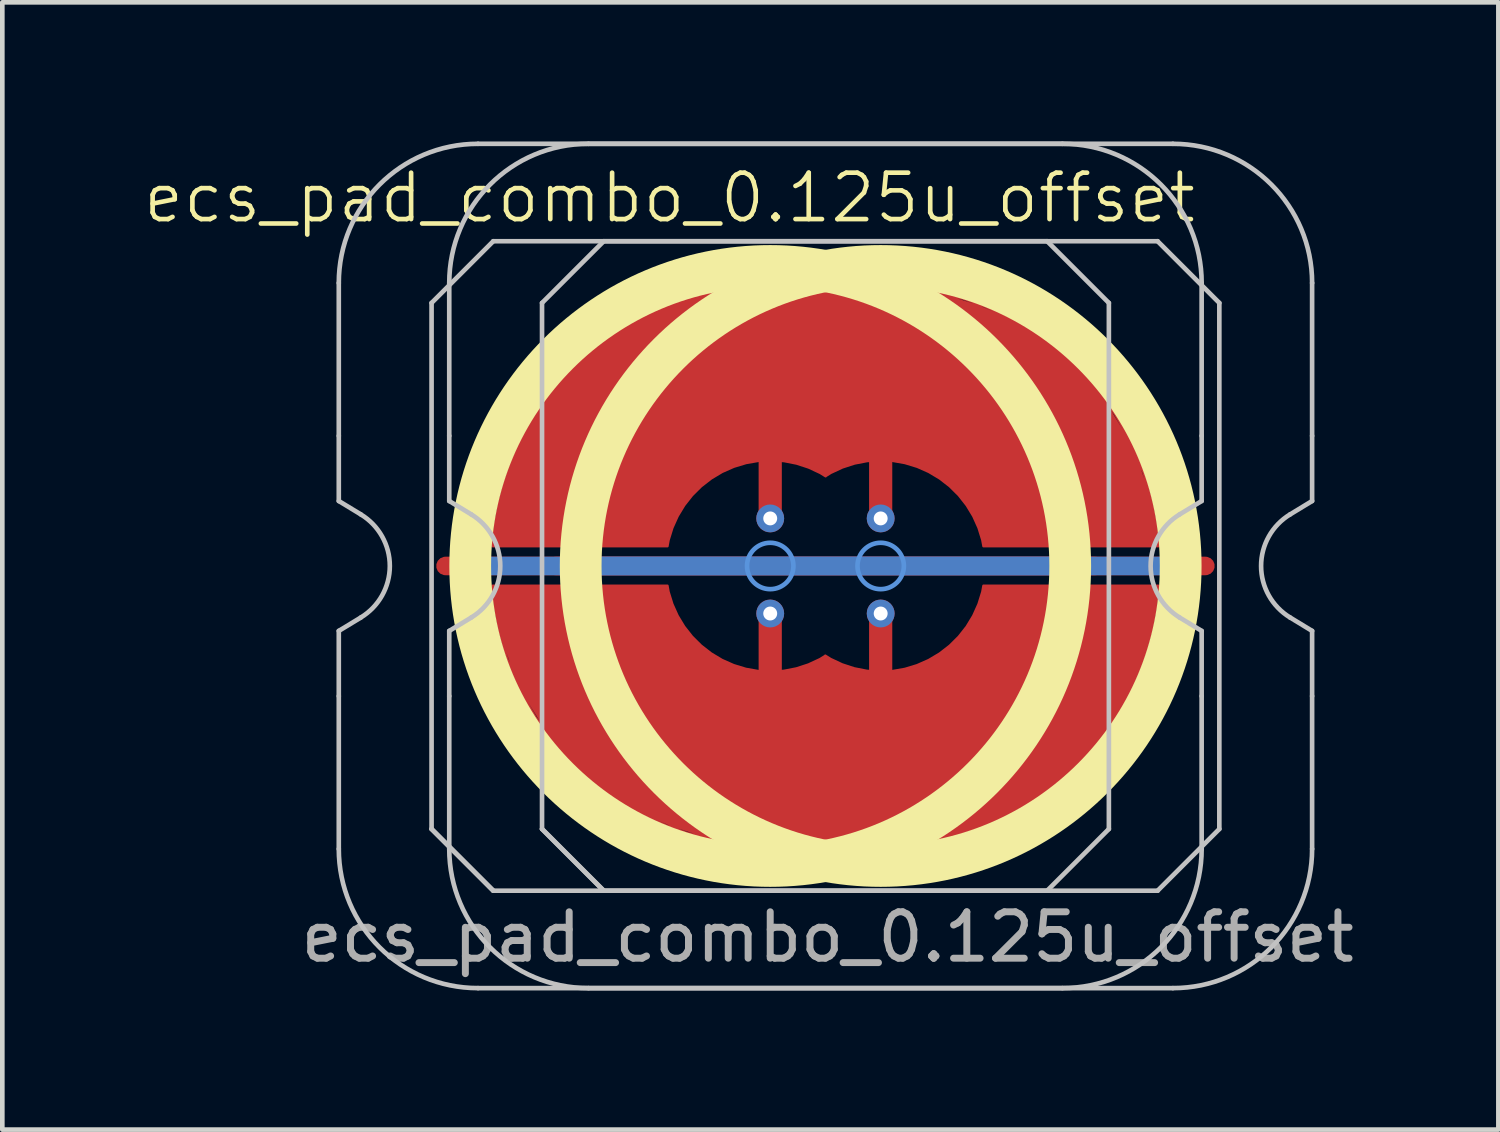
<source format=kicad_pcb>
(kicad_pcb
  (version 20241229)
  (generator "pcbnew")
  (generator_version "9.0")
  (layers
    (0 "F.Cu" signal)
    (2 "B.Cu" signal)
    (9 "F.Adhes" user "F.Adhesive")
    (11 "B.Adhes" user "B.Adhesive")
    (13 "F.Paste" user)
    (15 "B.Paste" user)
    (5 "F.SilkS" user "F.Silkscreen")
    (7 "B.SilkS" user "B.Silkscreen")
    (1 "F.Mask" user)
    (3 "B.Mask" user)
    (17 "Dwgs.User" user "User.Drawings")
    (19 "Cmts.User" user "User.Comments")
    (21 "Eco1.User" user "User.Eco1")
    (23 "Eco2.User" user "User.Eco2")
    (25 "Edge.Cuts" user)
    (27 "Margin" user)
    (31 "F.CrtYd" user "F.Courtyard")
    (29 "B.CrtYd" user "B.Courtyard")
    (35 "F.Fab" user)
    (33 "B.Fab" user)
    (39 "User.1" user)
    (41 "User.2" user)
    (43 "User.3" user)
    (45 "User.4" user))
  (footprint "ecs_pad_combo_0.125u_offset"
    (layer "F.Cu")
    (at 13.553 9.15)
    (property "Reference" "ecs_pad_combo_0.125u_offset" (at -2.17 -7.935 0) (unlocked yes) (layer "F.SilkS") (effects (font (size 1 1) (thickness 0.1))))
    (attr smd)
    (fp_circle (center 0 0) (end 6.467 0) (stroke (width 0.9) (type solid)) (fill no) (layer "F.SilkS"))
    (fp_circle (center 2.381 0) (end 8.848 0) (stroke (width 0.9) (type solid)) (fill no) (layer "F.SilkS"))
    (fp_line (start -9.3 -2.805) (end -9.3 -6.1) (stroke (width 0.1) (type solid)) (layer "Dwgs.User"))
    (fp_line (start -9.3 -1.4) (end -9.3 -2.805) (stroke (width 0.1) (type solid)) (layer "Dwgs.User"))
    (fp_line (start -9.3 1.4) (end -8.824 1.111) (stroke (width 0.1) (type solid)) (layer "Dwgs.User"))
    (fp_line (start -9.3 2.805) (end -9.3 1.4) (stroke (width 0.1) (type solid)) (layer "Dwgs.User"))
    (fp_line (start -9.3 6.1) (end -9.3 2.805) (stroke (width 0.1) (type solid)) (layer "Dwgs.User"))
    (fp_line (start -8.824 -1.111) (end -9.3 -1.4) (stroke (width 0.1) (type solid)) (layer "Dwgs.User"))
    (fp_line (start -7.3 -5.67) (end -5.97 -7) (stroke (width 0.1) (type solid)) (layer "Dwgs.User"))
    (fp_line (start -7.3 5.67) (end -7.3 -5.67) (stroke (width 0.1) (type solid)) (layer "Dwgs.User"))
    (fp_line (start -7.3 5.67) (end -5.97 7) (stroke (width 0.1) (type solid)) (layer "Dwgs.User"))
    (fp_line (start -6.919 -2.805) (end -6.919 -6.1) (stroke (width 0.1) (type solid)) (layer "Dwgs.User"))
    (fp_line (start -6.919 -1.4) (end -6.919 -2.805) (stroke (width 0.1) (type solid)) (layer "Dwgs.User"))
    (fp_line (start -6.919 1.4) (end -6.443 1.111) (stroke (width 0.1) (type solid)) (layer "Dwgs.User"))
    (fp_line (start -6.919 2.805) (end -6.919 1.4) (stroke (width 0.1) (type solid)) (layer "Dwgs.User"))
    (fp_line (start -6.919 6.1) (end -6.919 2.805) (stroke (width 0.1) (type solid)) (layer "Dwgs.User"))
    (fp_line (start -6.443 -1.111) (end -6.919 -1.4) (stroke (width 0.1) (type solid)) (layer "Dwgs.User"))
    (fp_line (start -6.3 -9.1) (end 6.3 -9.1) (stroke (width 0.1) (type solid)) (layer "Dwgs.User"))
    (fp_line (start -5.97 -7) (end 5.97 -7) (stroke (width 0.1) (type solid)) (layer "Dwgs.User"))
    (fp_line (start -5.97 7) (end -7.3 5.67) (stroke (width 0.1) (type solid)) (layer "Dwgs.User"))
    (fp_line (start -4.919 -5.67) (end -3.589 -7) (stroke (width 0.1) (type solid)) (layer "Dwgs.User"))
    (fp_line (start -4.919 5.67) (end -4.919 -5.67) (stroke (width 0.1) (type solid)) (layer "Dwgs.User"))
    (fp_line (start -4.919 5.67) (end -3.589 7) (stroke (width 0.1) (type solid)) (layer "Dwgs.User"))
    (fp_line (start -3.919 -9.1) (end 8.681 -9.1) (stroke (width 0.1) (type solid)) (layer "Dwgs.User"))
    (fp_line (start -3.589 -7) (end 8.351 -7) (stroke (width 0.1) (type solid)) (layer "Dwgs.User"))
    (fp_line (start -3.589 7) (end -4.919 5.67) (stroke (width 0.1) (type solid)) (layer "Dwgs.User"))
    (fp_line (start 5.97 -7) (end 7.3 -5.67) (stroke (width 0.1) (type solid)) (layer "Dwgs.User"))
    (fp_line (start 5.97 7) (end -5.97 7) (stroke (width 0.1) (type solid)) (layer "Dwgs.User"))
    (fp_line (start 6.3 9.1) (end -6.3 9.1) (stroke (width 0.1) (type solid)) (layer "Dwgs.User"))
    (fp_line (start 7.3 -5.67) (end 7.3 5.67) (stroke (width 0.1) (type solid)) (layer "Dwgs.User"))
    (fp_line (start 7.3 5.67) (end 5.97 7) (stroke (width 0.1) (type solid)) (layer "Dwgs.User"))
    (fp_line (start 8.351 -7) (end 9.681 -5.67) (stroke (width 0.1) (type solid)) (layer "Dwgs.User"))
    (fp_line (start 8.351 7) (end -3.589 7) (stroke (width 0.1) (type solid)) (layer "Dwgs.User"))
    (fp_line (start 8.681 9.1) (end -3.919 9.1) (stroke (width 0.1) (type solid)) (layer "Dwgs.User"))
    (fp_line (start 8.824 1.111) (end 9.3 1.4) (stroke (width 0.1) (type solid)) (layer "Dwgs.User"))
    (fp_line (start 9.3 -6.1) (end 9.3 -2.805) (stroke (width 0.1) (type solid)) (layer "Dwgs.User"))
    (fp_line (start 9.3 -2.805) (end 9.3 -1.4) (stroke (width 0.1) (type solid)) (layer "Dwgs.User"))
    (fp_line (start 9.3 -1.4) (end 8.824 -1.111) (stroke (width 0.1) (type solid)) (layer "Dwgs.User"))
    (fp_line (start 9.3 1.4) (end 9.3 2.805) (stroke (width 0.1) (type solid)) (layer "Dwgs.User"))
    (fp_line (start 9.3 2.805) (end 9.3 6.1) (stroke (width 0.1) (type solid)) (layer "Dwgs.User"))
    (fp_line (start 9.681 -5.67) (end 9.681 5.67) (stroke (width 0.1) (type solid)) (layer "Dwgs.User"))
    (fp_line (start 9.681 5.67) (end 8.351 7) (stroke (width 0.1) (type solid)) (layer "Dwgs.User"))
    (fp_line (start 11.206 1.111) (end 11.681 1.4) (stroke (width 0.1) (type solid)) (layer "Dwgs.User"))
    (fp_line (start 11.681 -6.1) (end 11.681 -2.805) (stroke (width 0.1) (type solid)) (layer "Dwgs.User"))
    (fp_line (start 11.681 -2.805) (end 11.681 -1.4) (stroke (width 0.1) (type solid)) (layer "Dwgs.User"))
    (fp_line (start 11.681 -1.4) (end 11.206 -1.111) (stroke (width 0.1) (type solid)) (layer "Dwgs.User"))
    (fp_line (start 11.681 1.4) (end 11.681 2.805) (stroke (width 0.1) (type solid)) (layer "Dwgs.User"))
    (fp_line (start 11.681 2.805) (end 11.681 6.1) (stroke (width 0.1) (type solid)) (layer "Dwgs.User"))
    (fp_arc (start -9.3 -6.1) (mid -8.42132 -8.22132) (end -6.3 -9.1) (stroke (width 0.1) (type solid)) (layer "Dwgs.User"))
    (fp_arc (start -8.824333 -1.110619) (mid -8.2 0) (end -8.824333 1.110619) (stroke (width 0.1) (type solid)) (layer "Dwgs.User"))
    (fp_arc (start -6.91875 -6.1) (mid -6.04007 -8.22132) (end -3.91875 -9.1) (stroke (width 0.1) (type solid)) (layer "Dwgs.User"))
    (fp_arc (start -6.443083 -1.110619) (mid -5.81875 0) (end -6.443083 1.110619) (stroke (width 0.1) (type solid)) (layer "Dwgs.User"))
    (fp_arc (start -6.3 9.1) (mid -8.42132 8.22132) (end -9.3 6.1) (stroke (width 0.1) (type solid)) (layer "Dwgs.User"))
    (fp_arc (start -3.91875 9.1) (mid -6.04007 8.22132) (end -6.91875 6.1) (stroke (width 0.1) (type solid)) (layer "Dwgs.User"))
    (fp_arc (start 6.3 -9.1) (mid 8.42132 -8.22132) (end 9.3 -6.1) (stroke (width 0.1) (type solid)) (layer "Dwgs.User"))
    (fp_arc (start 8.68125 -9.1) (mid 10.80257 -8.22132) (end 11.68125 -6.1) (stroke (width 0.1) (type solid)) (layer "Dwgs.User"))
    (fp_arc (start 8.824333 1.110619) (mid 8.2 0) (end 8.824333 -1.110619) (stroke (width 0.1) (type solid)) (layer "Dwgs.User"))
    (fp_arc (start 9.3 6.1) (mid 8.42132 8.22132) (end 6.3 9.1) (stroke (width 0.1) (type solid)) (layer "Dwgs.User"))
    (fp_arc (start 11.205583 1.110619) (mid 10.58125 0) (end 11.205583 -1.110619) (stroke (width 0.1) (type solid)) (layer "Dwgs.User"))
    (fp_arc (start 11.68125 6.1) (mid 10.80257 8.22132) (end 8.68125 9.1) (stroke (width 0.1) (type solid)) (layer "Dwgs.User"))
    (fp_circle (center 0 0) (end 0.5 0) (stroke (width 0.1) (type default)) (fill no) (layer "Cmts.User"))
    (fp_circle (center 2.381 0) (end 2.881 0) (stroke (width 0.1) (type default)) (fill no) (layer "Cmts.User"))
    (fp_circle (center 0 0) (end 1 0) (stroke (width 0.1) (type default)) (fill no) (layer "Eco1.User"))
    (fp_circle (center 2.381 0) (end 3.381 0) (stroke (width 0.1) (type default)) (fill no) (layer "Eco1.User"))
    (fp_text user "${REFERENCE}" (at 1.238 8 0) (unlocked yes) (layer "F.Fab") (effects (font (size 1 1) (thickness 0.15))))
    (pad "1" smd custom (at 0 -1.025 270) (size 0.4 0.4) (layers "F.Cu") (options (anchor circle)) (primitives (gr_line (start 0 0) (end -1.25 0) (width 0.5)) (gr_arc (start 0.6 2.214159) (mid -1.05798 0.909515) (end -0.906567 -1.194782) (width 0.05)) (gr_line (start 0.6 5.987) (end 0.6 2.214) (width 0.05)) (gr_arc (start 0.6 5.986652) (mid -3.76737 3.643101) (end -4.88152 -1.186476) (width 0.05)) (gr_arc (start -4.879768 -1.186123) (mid -3.770048 -6.020844) (end 0.6 -8.367902) (width 0.05)) (gr_line (start 0.6 3.605) (end 0.6 2.214) (width 0.05)) (gr_line (start 0.6 -4.595) (end 0.6 -8.368) (width 0.05)) (gr_line (start 0.6 -4.595) (end 0.6 -5.987) (width 0.05)) (gr_arc (start -0.910306 -1.192455) (mid -1.056551 -3.293993) (end 0.6 -4.59541) (width 0.05)) (gr_line (start 0 -2.381) (end -1.25 -2.381) (width 0.5)) (gr_poly (pts (xy 0.6 5.987) (xy 0.6 2.214) (xy 0.009 2.032) (xy -0.321 1.829) (xy -0.676 1.524) (xy -0.956 1.118) (xy -1.159 0.66) (xy -1.21 0.432) (xy -1.261 -0.152) (xy -1.21 -0.533) (xy -0.981 -1.092) (xy -0.907 -1.195) (xy -1.108 -1.549) (xy -1.184 -1.88) (xy -1.235 -2.108) (xy -1.286 -2.438) (xy -1.235 -2.692) (xy -1.159 -2.997) (xy -0.956 -3.556) (xy -0.499 -4.089) (xy 0.086 -4.445) (xy 0.6 -4.595) (xy 0.6 -8.368) (xy -0.27 -8.255) (xy -1.54 -7.823) (xy -2.531 -7.214) (xy -3.013 -6.833) (xy -3.394 -6.452) (xy -3.902 -5.842) (xy -4.283 -5.207) (xy -4.588 -4.496) (xy -4.817 -3.785) (xy -4.918 -3.302) (xy -4.994 -2.642) (xy -4.969 -1.905) (xy -4.88 -1.186) (xy -4.969 -0.508) (xy -4.994 0.102) (xy -4.969 0.584) (xy -4.867 1.27) (xy -4.664 2.007) (xy -4.309 2.794) (xy -3.724 3.708) (xy -3.394 4.089) (xy -2.988 4.47) (xy -2.531 4.851) (xy -1.896 5.258) (xy -1.134 5.613) (xy -0.6 5.766) (xy -0.27 5.867) (xy 0.467 5.969)) (width 0.01) (fill yes))))
    (pad "1" thru_hole circle (at 0 -1.025) (size 0.6 0.6) (drill 0.3) (layers "*.Cu"))
    (pad "1" thru_hole circle (at 2.381 -1.025) (size 0.6 0.6) (drill 0.3) (layers "*.Cu"))
    (pad "2" thru_hole circle (at 0 1.025) (size 0.6 0.6) (drill 0.3) (layers "*.Cu"))
    (pad "2" smd custom (at 2.381 1.025 90) (size 0.4 0.4) (layers "F.Cu") (options (anchor circle)) (primitives (gr_line (start 0 0) (end -1.25 0) (width 0.5)) (gr_poly (pts (xy 0.6 5.987) (xy 0.6 2.214) (xy 0.009 2.032) (xy -0.321 1.829) (xy -0.676 1.524) (xy -0.956 1.118) (xy -1.159 0.66) (xy -1.21 0.432) (xy -1.261 -0.152) (xy -1.21 -0.533) (xy -0.981 -1.092) (xy -0.907 -1.195) (xy -1.108 -1.549) (xy -1.184 -1.88) (xy -1.235 -2.108) (xy -1.286 -2.438) (xy -1.235 -2.692) (xy -1.159 -2.997) (xy -0.956 -3.556) (xy -0.499 -4.089) (xy 0.086 -4.445) (xy 0.6 -4.595) (xy 0.6 -8.368) (xy -0.27 -8.255) (xy -1.54 -7.823) (xy -2.531 -7.214) (xy -3.013 -6.833) (xy -3.394 -6.452) (xy -3.902 -5.842) (xy -4.283 -5.207) (xy -4.588 -4.496) (xy -4.817 -3.785) (xy -4.918 -3.302) (xy -4.994 -2.642) (xy -4.969 -1.905) (xy -4.88 -1.186) (xy -4.969 -0.508) (xy -4.994 0.102) (xy -4.969 0.584) (xy -4.867 1.27) (xy -4.664 2.007) (xy -4.309 2.794) (xy -3.724 3.708) (xy -3.394 4.089) (xy -2.988 4.47) (xy -2.531 4.851) (xy -1.896 5.258) (xy -1.134 5.613) (xy -0.6 5.766) (xy -0.27 5.867) (xy 0.467 5.969)) (width 0.01) (fill yes)) (gr_line (start 0 -2.381) (end -1.25 -2.381) (width 0.5)) (gr_arc (start -0.910306 -1.192455) (mid -1.056551 -3.293993) (end 0.6 -4.59541) (width 0.05)) (gr_line (start 0.6 -4.595) (end 0.6 -5.987) (width 0.05)) (gr_line (start 0.6 -4.595) (end 0.6 -8.368) (width 0.05)) (gr_line (start 0.6 3.605) (end 0.6 2.214) (width 0.05)) (gr_arc (start -4.879768 -1.186123) (mid -3.770048 -6.020844) (end 0.6 -8.367902) (width 0.05)) (gr_arc (start 0.6 5.986652) (mid -3.76737 3.643101) (end -4.88152 -1.186476) (width 0.05)) (gr_line (start 0.6 5.987) (end 0.6 2.214) (width 0.05)) (gr_arc (start 0.6 2.214159) (mid -1.05798 0.909515) (end -0.906567 -1.194782) (width 0.05))))
    (pad "2" thru_hole circle (at 2.381 1.025) (size 0.6 0.6) (drill 0.3) (layers "*.Cu"))
    (pad "3" smd custom (at 0 0 90) (size 0.4 0.4) (layers "F.Cu") (options (anchor rect)) (primitives (gr_line (start 0 -7) (end 0 7) (width 0.4))))
    (pad "3" smd custom (at 0 0 90) (size 0.4 0.4) (layers "B.Cu") (options (anchor rect)) (primitives (gr_line (start 0 -6.5) (end 0 6.5) (width 0.4))))
    (pad "3" smd custom (at 2.381 0 90) (size 0.4 0.4) (layers "F.Cu") (options (anchor rect)) (primitives (gr_line (start 0 -7) (end 0 7) (width 0.4))))
    (pad "3" smd custom (at 2.381 0 90) (size 0.4 0.4) (layers "B.Cu") (options (anchor rect)) (primitives (gr_line (start 0 -6.5) (end 0 6.5) (width 0.4))))
    (zone (net_name "") (layer "F.Cu") (hatch edge 0.508) (connect_pads) (min_thickness 0.254) (filled_areas_thickness no) (keepout (tracks allowed) (vias allowed) (pads allowed) (copperpour not_allowed) (footprints allowed)) (placement (enabled no)) (fill) (polygon (pts (xy 13.553 2.145) (xy 13.04 2.164) (xy 12.53 2.22) (xy 12.025 2.314) (xy 11.528 2.444) (xy 11.043 2.61) (xy 10.57 2.812) (xy 10.114 3.047) (xy 9.677 3.315) (xy 9.26 3.615) (xy 8.866 3.944) (xy 8.497 4.302) (xy 8.156 4.685) (xy 7.843 5.092) (xy 7.561 5.521) (xy 7.312 5.97) (xy 7.095 6.435) (xy 6.914 6.916) (xy 6.768 7.408) (xy 6.659 7.91) (xy 6.587 8.418) (xy 6.552 8.93) (xy 6.554 9.443) (xy 6.595 9.955) (xy 6.672 10.463) (xy 6.787 10.963) (xy 6.938 11.454) (xy 7.124 11.932) (xy 7.345 12.395) (xy 7.6 12.841) (xy 7.886 13.267) (xy 8.203 13.671) (xy 8.548 14.051) (xy 8.921 14.404) (xy 9.318 14.73) (xy 9.738 15.025) (xy 10.178 15.288) (xy 10.637 15.519) (xy 11.111 15.716) (xy 11.599 15.877) (xy 12.097 16.002) (xy 12.602 16.09) (xy 13.113 16.141) (xy 13.626 16.155) (xy 14.139 16.13) (xy 14.649 16.069) (xy 15.153 15.97) (xy 15.648 15.834) (xy 16.132 15.663) (xy 16.602 15.457) (xy 17.055 15.216) (xy 17.49 14.944) (xy 17.904 14.64) (xy 18.294 14.306) (xy 18.659 13.945) (xy 18.997 13.558) (xy 19.305 13.148) (xy 19.582 12.716) (xy 19.827 12.265) (xy 20.039 11.797) (xy 20.215 11.315) (xy 20.356 10.821) (xy 20.46 10.318) (xy 20.527 9.809) (xy 20.556 9.297) (xy 20.548 8.783) (xy 20.503 8.272) (xy 20.42 7.765) (xy 20.3 7.266) (xy 20.144 6.777) (xy 19.952 6.301) (xy 19.726 5.84) (xy 19.467 5.397) (xy 19.177 4.974) (xy 18.856 4.573) (xy 18.506 4.197) (xy 18.13 3.847) (xy 17.73 3.526) (xy 17.306 3.236) (xy 16.863 2.977) (xy 16.402 2.751) (xy 15.926 2.559) (xy 15.437 2.403) (xy 14.938 2.283) (xy 14.431 2.2) (xy 13.92 2.155))))
    (zone (net_name "") (layer "F.Cu") (hatch edge 0.508) (connect_pads) (min_thickness 0.254) (filled_areas_thickness no) (keepout (tracks allowed) (vias allowed) (pads allowed) (copperpour not_allowed) (footprints allowed)) (placement (enabled no)) (fill) (polygon (pts (xy 15.934 2.145) (xy 15.421 2.164) (xy 14.911 2.22) (xy 14.406 2.314) (xy 13.91 2.444) (xy 13.424 2.61) (xy 12.952 2.812) (xy 12.496 3.047) (xy 12.058 3.315) (xy 11.641 3.615) (xy 11.247 3.944) (xy 10.878 4.302) (xy 10.537 4.685) (xy 10.224 5.092) (xy 9.943 5.521) (xy 9.693 5.97) (xy 9.477 6.435) (xy 9.295 6.916) (xy 9.149 7.408) (xy 9.04 7.91) (xy 8.968 8.418) (xy 8.933 8.93) (xy 8.936 9.443) (xy 8.976 9.955) (xy 9.053 10.463) (xy 9.168 10.963) (xy 9.319 11.454) (xy 9.506 11.932) (xy 9.727 12.395) (xy 9.981 12.841) (xy 10.267 13.267) (xy 10.584 13.671) (xy 10.929 14.051) (xy 11.302 14.404) (xy 11.699 14.73) (xy 12.119 15.025) (xy 12.56 15.288) (xy 13.018 15.519) (xy 13.493 15.716) (xy 13.98 15.877) (xy 14.478 16.002) (xy 14.984 16.09) (xy 15.494 16.141) (xy 16.008 16.155) (xy 16.52 16.13) (xy 17.03 16.069) (xy 17.534 15.97) (xy 18.029 15.834) (xy 18.513 15.663) (xy 18.983 15.457) (xy 19.437 15.216) (xy 19.872 14.944) (xy 20.285 14.64) (xy 20.676 14.306) (xy 21.041 13.945) (xy 21.378 13.558) (xy 21.686 13.148) (xy 21.964 12.716) (xy 22.209 12.265) (xy 22.42 11.797) (xy 22.596 11.315) (xy 22.737 10.821) (xy 22.841 10.318) (xy 22.908 9.809) (xy 22.938 9.297) (xy 22.93 8.783) (xy 22.884 8.272) (xy 22.801 7.765) (xy 22.681 7.266) (xy 22.525 6.777) (xy 22.334 6.301) (xy 22.108 5.84) (xy 21.849 5.397) (xy 21.558 4.974) (xy 21.237 4.573) (xy 20.888 4.197) (xy 20.511 3.847) (xy 20.111 3.526) (xy 19.688 3.236) (xy 19.244 2.977) (xy 18.783 2.751) (xy 18.307 2.559) (xy 17.818 2.403) (xy 17.319 2.283) (xy 16.812 2.2) (xy 16.301 2.155))))
    (zone (net_name "") (layer "B.Cu") (hatch edge 0.508) (connect_pads) (min_thickness 0.254) (filled_areas_thickness no) (keepout (tracks allowed) (vias allowed) (pads allowed) (copperpour not_allowed) (footprints allowed)) (placement (enabled no)) (fill) (polygon (pts (xy 13.553 2.592) (xy 13.038 2.612) (xy 12.527 2.672) (xy 12.022 2.773) (xy 11.526 2.913) (xy 11.043 3.091) (xy 10.576 3.307) (xy 10.126 3.558) (xy 9.698 3.844) (xy 9.294 4.163) (xy 8.916 4.513) (xy 8.566 4.891) (xy 8.247 5.295) (xy 7.961 5.723) (xy 7.71 6.173) (xy 7.494 6.64) (xy 7.316 7.123) (xy 7.176 7.619) (xy 7.076 8.124) (xy 7.015 8.635) (xy 6.995 9.15) (xy 7.015 9.665) (xy 7.076 10.176) (xy 7.176 10.681) (xy 7.316 11.177) (xy 7.494 11.66) (xy 7.71 12.127) (xy 7.961 12.577) (xy 8.247 13.005) (xy 8.566 13.409) (xy 8.916 13.787) (xy 9.294 14.137) (xy 9.698 14.456) (xy 10.126 14.742) (xy 10.576 14.993) (xy 11.043 15.209) (xy 11.526 15.387) (xy 12.022 15.527) (xy 12.527 15.628) (xy 13.038 15.688) (xy 13.553 15.708) (xy 14.068 15.688) (xy 14.579 15.628) (xy 15.084 15.527) (xy 15.58 15.387) (xy 16.063 15.209) (xy 16.53 14.993) (xy 16.98 14.742) (xy 17.408 14.456) (xy 17.812 14.137) (xy 18.19 13.787) (xy 18.54 13.409) (xy 18.859 13.005) (xy 19.145 12.577) (xy 19.396 12.127) (xy 19.612 11.66) (xy 19.79 11.177) (xy 19.93 10.681) (xy 20.031 10.176) (xy 20.091 9.665) (xy 20.111 9.15) (xy 20.091 8.635) (xy 20.031 8.124) (xy 19.93 7.619) (xy 19.79 7.123) (xy 19.612 6.64) (xy 19.396 6.173) (xy 19.145 5.723) (xy 18.859 5.295) (xy 18.54 4.891) (xy 18.19 4.513) (xy 17.812 4.163) (xy 17.408 3.844) (xy 16.98 3.558) (xy 16.53 3.307) (xy 16.063 3.091) (xy 15.58 2.913) (xy 15.084 2.773) (xy 14.579 2.672) (xy 14.068 2.612))))
    (zone (net_name "") (layer "B.Cu") (hatch edge 0.508) (connect_pads) (min_thickness 0.254) (filled_areas_thickness no) (keepout (tracks allowed) (vias allowed) (pads allowed) (copperpour not_allowed) (footprints allowed)) (placement (enabled no)) (fill) (polygon (pts (xy 15.934 2.592) (xy 15.42 2.612) (xy 14.908 2.672) (xy 14.403 2.773) (xy 13.908 2.913) (xy 13.425 3.091) (xy 12.957 3.307) (xy 12.508 3.558) (xy 12.079 3.844) (xy 11.675 4.163) (xy 11.297 4.513) (xy 10.947 4.891) (xy 10.629 5.295) (xy 10.342 5.723) (xy 10.091 6.173) (xy 9.875 6.64) (xy 9.697 7.123) (xy 9.557 7.619) (xy 9.457 8.124) (xy 9.396 8.635) (xy 9.376 9.15) (xy 9.396 9.665) (xy 9.457 10.176) (xy 9.557 10.681) (xy 9.697 11.177) (xy 9.875 11.66) (xy 10.091 12.127) (xy 10.342 12.577) (xy 10.629 13.005) (xy 10.947 13.409) (xy 11.297 13.787) (xy 11.675 14.137) (xy 12.079 14.456) (xy 12.508 14.742) (xy 12.957 14.993) (xy 13.425 15.209) (xy 13.908 15.387) (xy 14.403 15.527) (xy 14.908 15.628) (xy 15.42 15.688) (xy 15.934 15.708) (xy 16.449 15.688) (xy 16.96 15.628) (xy 17.465 15.527) (xy 17.961 15.387) (xy 18.444 15.209) (xy 18.912 14.993) (xy 19.361 14.742) (xy 19.789 14.456) (xy 20.194 14.137) (xy 20.572 13.787) (xy 20.921 13.409) (xy 21.24 13.005) (xy 21.526 12.577) (xy 21.778 12.127) (xy 21.993 11.66) (xy 22.172 11.177) (xy 22.311 10.681) (xy 22.412 10.176) (xy 22.472 9.665) (xy 22.493 9.15) (xy 22.472 8.635) (xy 22.412 8.124) (xy 22.311 7.619) (xy 22.172 7.123) (xy 21.993 6.64) (xy 21.778 6.173) (xy 21.526 5.723) (xy 21.24 5.295) (xy 20.921 4.891) (xy 20.572 4.513) (xy 20.194 4.163) (xy 19.789 3.844) (xy 19.361 3.558) (xy 18.912 3.307) (xy 18.444 3.091) (xy 17.961 2.913) (xy 17.465 2.773) (xy 16.96 2.672) (xy 16.449 2.612)))))
  (gr_rect
    (start -3 -3)
    (end 29.249 21.3)
    (stroke (width 0.1) (type default))
    (fill no)
    (layer "Edge.Cuts")))
</source>
